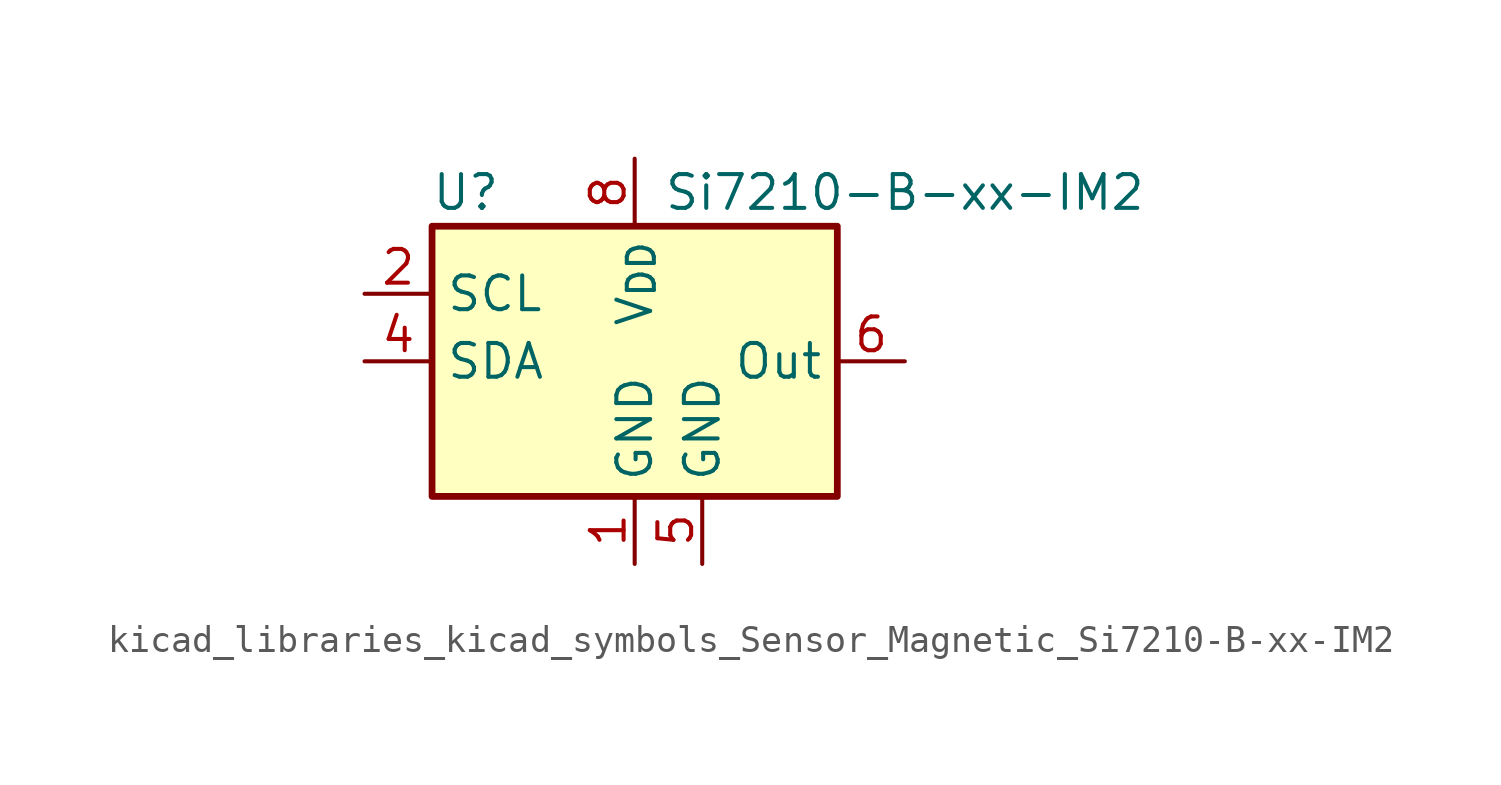
<source format=kicad_sym>
(kicad_symbol_lib
  (version 20220914)
  (generator kicad_symbol_editor)
  (symbol "kicad_libraries_kicad_symbols_Sensor_Magnetic_Si7210-B-xx-IM2"
    (property "Reference" "U"
      (at -6.35 6.35 0)
      (effects (font (size 1.27 1.27))))
    (property "Value" "Si7210-B-xx-IM2"
      (at 10.16 6.35 0)
      (effects (font (size 1.27 1.27))))
    (symbol "kicad_libraries_kicad_symbols_Sensor_Magnetic_Si7210-B-xx-IM2_0_1"
      (rectangle (start -7.62 5.08) (end 7.62 -5.08) (stroke (width 0.254) (type default)) (fill (type background))))
    (symbol "kicad_libraries_kicad_symbols_Sensor_Magnetic_Si7210-B-xx-IM2_1_1"
      (pin power_in line (at 0 -7.62 90) (length 2.54) (name "GND" (effects (font (size 1.27 1.27)))) (number "1" (effects (font (size 1.27 1.27)))))
      (pin input line (at -10.16 2.54 0) (length 2.54) (name "SCL" (effects (font (size 1.27 1.27)))) (number "2" (effects (font (size 1.27 1.27)))))
      (pin bidirectional line (at -10.16 0 0) (length 2.54) (name "SDA" (effects (font (size 1.27 1.27)))) (number "4" (effects (font (size 1.27 1.27)))))
      (pin power_in line (at 2.54 -7.62 90) (length 2.54) (name "GND" (effects (font (size 1.27 1.27)))) (number "5" (effects (font (size 1.27 1.27)))))
      (pin bidirectional line (at 10.16 0 180) (length 2.54) (name "Out" (effects (font (size 1.27 1.27)))) (number "6" (effects (font (size 1.27 1.27)))))
      (pin power_in line (at 0 7.62 270) (length 2.54) (name "V_{DD}" (effects (font (size 1.27 1.27)))) (number "8" (effects (font (size 1.27 1.27))))))))
</source>
